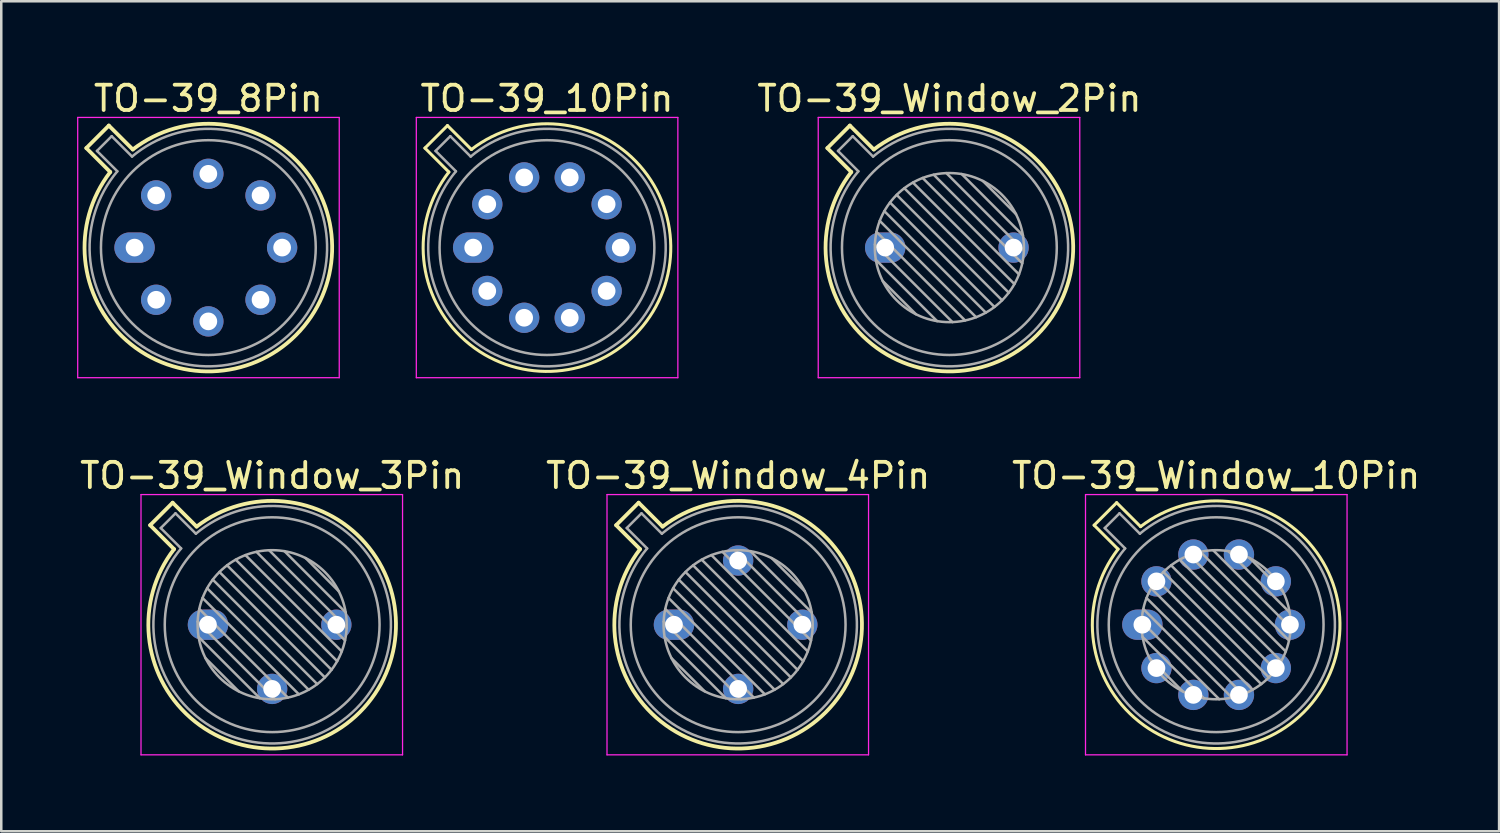
<source format=kicad_pcb>
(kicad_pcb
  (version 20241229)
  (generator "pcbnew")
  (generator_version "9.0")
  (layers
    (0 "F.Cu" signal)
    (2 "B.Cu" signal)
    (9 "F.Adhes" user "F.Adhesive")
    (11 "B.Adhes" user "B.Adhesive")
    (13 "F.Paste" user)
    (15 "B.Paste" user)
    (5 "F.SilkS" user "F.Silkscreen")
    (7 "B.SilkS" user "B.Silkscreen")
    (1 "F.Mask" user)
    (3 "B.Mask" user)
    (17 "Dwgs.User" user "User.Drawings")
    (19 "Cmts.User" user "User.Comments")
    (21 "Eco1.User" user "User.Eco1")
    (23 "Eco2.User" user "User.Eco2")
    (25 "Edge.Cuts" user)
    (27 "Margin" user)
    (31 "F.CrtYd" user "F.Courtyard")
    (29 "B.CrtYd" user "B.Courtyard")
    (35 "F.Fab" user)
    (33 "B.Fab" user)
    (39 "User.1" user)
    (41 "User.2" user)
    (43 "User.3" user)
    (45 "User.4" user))
  (footprint "TO-39_10Pin"
    (layer "F.Cu")
    (at 15.675 6.748)
    (property "Reference" "TO-39_10Pin" (at 2.92 -5.9 0) (layer "F.SilkS") (effects (font (size 1 1) (thickness 0.15))))
    (attr through_hole)
    (fp_line (start -1.909 -3.938) (end -0.962 -2.991) (stroke (width 0.12) (type solid)) (layer "F.SilkS"))
    (fp_line (start -1.018 -4.829) (end -1.909 -3.938) (stroke (width 0.12) (type solid)) (layer "F.SilkS"))
    (fp_line (start -0.071 -3.882) (end -1.018 -4.829) (stroke (width 0.12) (type solid)) (layer "F.SilkS"))
    (fp_arc (start -0.070589 -3.881543) (mid 6.384823 3.464823) (end -0.961543 -2.990588) (stroke (width 0.12) (type solid)) (layer "F.SilkS"))
    (fp_line (start -2.25 -5.15) (end -2.25 5.15) (stroke (width 0.05) (type solid)) (layer "F.CrtYd"))
    (fp_line (start -2.25 5.15) (end 8.1 5.15) (stroke (width 0.05) (type solid)) (layer "F.CrtYd"))
    (fp_line (start 8.1 -5.15) (end -2.25 -5.15) (stroke (width 0.05) (type solid)) (layer "F.CrtYd"))
    (fp_line (start 8.1 5.15) (end 8.1 -5.15) (stroke (width 0.05) (type solid)) (layer "F.CrtYd"))
    (fp_line (start -1.488 -3.825) (end -0.682 -3.019) (stroke (width 0.1) (type solid)) (layer "F.Fab"))
    (fp_line (start -0.905 -4.408) (end -1.488 -3.825) (stroke (width 0.1) (type solid)) (layer "F.Fab"))
    (fp_line (start -0.099 -3.602) (end -0.905 -4.408) (stroke (width 0.1) (type solid)) (layer "F.Fab"))
    (fp_arc (start -0.098935 -3.602226) (mid 6.243402 3.323402) (end -0.682226 -3.018935) (stroke (width 0.1) (type solid)) (layer "F.Fab"))
    (fp_circle (center 2.92 0) (end 7.17 0) (stroke (width 0.1) (type solid)) (fill no) (layer "F.Fab"))
    (pad "1" thru_hole oval (at 0 0) (size 1.6 1.2) (drill 0.7) (layers "*.Cu" "*.Mask"))
    (pad "2" thru_hole oval (at 0.558 1.716) (size 1.2 1.2) (drill 0.7) (layers "*.Cu" "*.Mask"))
    (pad "3" thru_hole oval (at 2.018 2.777) (size 1.2 1.2) (drill 0.7) (layers "*.Cu" "*.Mask"))
    (pad "4" thru_hole oval (at 3.822 2.777) (size 1.2 1.2) (drill 0.7) (layers "*.Cu" "*.Mask"))
    (pad "5" thru_hole oval (at 5.282 1.716) (size 1.2 1.2) (drill 0.7) (layers "*.Cu" "*.Mask"))
    (pad "6" thru_hole oval (at 5.84 0) (size 1.2 1.2) (drill 0.7) (layers "*.Cu" "*.Mask"))
    (pad "7" thru_hole oval (at 5.282 -1.716) (size 1.2 1.2) (drill 0.7) (layers "*.Cu" "*.Mask"))
    (pad "8" thru_hole oval (at 3.822 -2.777) (size 1.2 1.2) (drill 0.7) (layers "*.Cu" "*.Mask"))
    (pad "9" thru_hole oval (at 2.018 -2.777) (size 1.2 1.2) (drill 0.7) (layers "*.Cu" "*.Mask"))
    (pad "10" thru_hole oval (at 0.558 -1.716) (size 1.2 1.2) (drill 0.7) (layers "*.Cu" "*.Mask")))
  (footprint "TO-39_Window_3Pin"
    (layer "F.Cu")
    (at 5.18 21.672)
    (property "Reference" "TO-39_Window_3Pin" (at 2.54 -5.9 0) (layer "F.SilkS") (effects (font (size 1 1) (thickness 0.15))))
    (attr through_hole)
    (fp_line (start -2.289 -3.938) (end -1.342 -2.991) (stroke (width 0.15) (type solid)) (layer "F.SilkS"))
    (fp_line (start -1.398 -4.829) (end -2.289 -3.938) (stroke (width 0.15) (type solid)) (layer "F.SilkS"))
    (fp_line (start -0.451 -3.882) (end -1.398 -4.829) (stroke (width 0.15) (type solid)) (layer "F.SilkS"))
    (fp_arc (start -0.450589 -3.881543) (mid 6.004823 3.464823) (end -1.341543 -2.990588) (stroke (width 0.15) (type solid)) (layer "F.SilkS"))
    (fp_line (start -2.65 -5.15) (end -2.65 5.15) (stroke (width 0.05) (type solid)) (layer "F.CrtYd"))
    (fp_line (start -2.65 5.15) (end 7.7 5.15) (stroke (width 0.05) (type solid)) (layer "F.CrtYd"))
    (fp_line (start 7.7 -5.15) (end -2.65 -5.15) (stroke (width 0.05) (type solid)) (layer "F.CrtYd"))
    (fp_line (start 7.7 5.15) (end 7.7 -5.15) (stroke (width 0.05) (type solid)) (layer "F.CrtYd"))
    (fp_line (start -1.868 -3.825) (end -1.062 -3.019) (stroke (width 0.1) (type solid)) (layer "F.Fab"))
    (fp_line (start -1.285 -4.408) (end -1.868 -3.825) (stroke (width 0.1) (type solid)) (layer "F.Fab"))
    (fp_line (start -0.479 -3.602) (end -1.285 -4.408) (stroke (width 0.1) (type solid)) (layer "F.Fab"))
    (fp_line (start -0.408 -0.12) (end 2.66 2.948) (stroke (width 0.1) (type solid)) (layer "F.Fab"))
    (fp_line (start -0.371 0.485) (end 2.055 2.911) (stroke (width 0.1) (type solid)) (layer "F.Fab"))
    (fp_line (start -0.344 -0.622) (end 3.162 2.884) (stroke (width 0.1) (type solid)) (layer "F.Fab"))
    (fp_line (start -0.215 -1.058) (end 3.598 2.755) (stroke (width 0.1) (type solid)) (layer "F.Fab"))
    (fp_line (start -0.097 1.324) (end 1.216 2.637) (stroke (width 0.1) (type solid)) (layer "F.Fab"))
    (fp_line (start -0.034 -1.443) (end 3.983 2.574) (stroke (width 0.1) (type solid)) (layer "F.Fab"))
    (fp_line (start 0.19 -1.784) (end 4.324 2.35) (stroke (width 0.1) (type solid)) (layer "F.Fab"))
    (fp_line (start 0.454 -2.086) (end 4.626 2.086) (stroke (width 0.1) (type solid)) (layer "F.Fab"))
    (fp_line (start 0.756 -2.35) (end 4.89 1.784) (stroke (width 0.1) (type solid)) (layer "F.Fab"))
    (fp_line (start 1.097 -2.574) (end 5.114 1.443) (stroke (width 0.1) (type solid)) (layer "F.Fab"))
    (fp_line (start 1.482 -2.755) (end 5.295 1.058) (stroke (width 0.1) (type solid)) (layer "F.Fab"))
    (fp_line (start 1.918 -2.884) (end 5.424 0.622) (stroke (width 0.1) (type solid)) (layer "F.Fab"))
    (fp_line (start 2.42 -2.948) (end 5.488 0.12) (stroke (width 0.1) (type solid)) (layer "F.Fab"))
    (fp_line (start 3.025 -2.911) (end 5.451 -0.485) (stroke (width 0.1) (type solid)) (layer "F.Fab"))
    (fp_line (start 3.864 -2.637) (end 5.177 -1.324) (stroke (width 0.1) (type solid)) (layer "F.Fab"))
    (fp_arc (start -0.478935 -3.602226) (mid 5.863402 3.323402) (end -1.062226 -3.018935) (stroke (width 0.1) (type solid)) (layer "F.Fab"))
    (fp_circle (center 2.54 0) (end 5.49 0) (stroke (width 0.1) (type solid)) (fill no) (layer "F.Fab"))
    (fp_circle (center 2.54 0) (end 6.79 0) (stroke (width 0.1) (type solid)) (fill no) (layer "F.Fab"))
    (pad "1" thru_hole oval (at 0 0) (size 1.6 1.2) (drill 0.7) (layers "*.Cu" "*.Mask"))
    (pad "2" thru_hole oval (at 2.54 2.54) (size 1.2 1.2) (drill 0.7) (layers "*.Cu" "*.Mask"))
    (pad "3" thru_hole oval (at 5.08 0) (size 1.2 1.2) (drill 0.7) (layers "*.Cu" "*.Mask")))
  (footprint "TO-39_8Pin"
    (layer "F.Cu")
    (at 2.275 6.748)
    (property "Reference" "TO-39_8Pin" (at 2.92 -5.9 0) (layer "F.SilkS") (effects (font (size 1 1) (thickness 0.15))))
    (attr through_hole)
    (fp_line (start -1.909 -3.938) (end -0.962 -2.991) (stroke (width 0.15) (type solid)) (layer "F.SilkS"))
    (fp_line (start -1.018 -4.829) (end -1.909 -3.938) (stroke (width 0.15) (type solid)) (layer "F.SilkS"))
    (fp_line (start -0.071 -3.882) (end -1.018 -4.829) (stroke (width 0.15) (type solid)) (layer "F.SilkS"))
    (fp_arc (start -0.070589 -3.881543) (mid 6.384823 3.464823) (end -0.961543 -2.990588) (stroke (width 0.15) (type solid)) (layer "F.SilkS"))
    (fp_line (start -2.25 -5.15) (end -2.25 5.15) (stroke (width 0.05) (type solid)) (layer "F.CrtYd"))
    (fp_line (start -2.25 5.15) (end 8.1 5.15) (stroke (width 0.05) (type solid)) (layer "F.CrtYd"))
    (fp_line (start 8.1 -5.15) (end -2.25 -5.15) (stroke (width 0.05) (type solid)) (layer "F.CrtYd"))
    (fp_line (start 8.1 5.15) (end 8.1 -5.15) (stroke (width 0.05) (type solid)) (layer "F.CrtYd"))
    (fp_line (start -1.488 -3.825) (end -0.682 -3.019) (stroke (width 0.1) (type solid)) (layer "F.Fab"))
    (fp_line (start -0.905 -4.408) (end -1.488 -3.825) (stroke (width 0.1) (type solid)) (layer "F.Fab"))
    (fp_line (start -0.099 -3.602) (end -0.905 -4.408) (stroke (width 0.1) (type solid)) (layer "F.Fab"))
    (fp_arc (start -0.098935 -3.602226) (mid 6.243402 3.323402) (end -0.682226 -3.018935) (stroke (width 0.1) (type solid)) (layer "F.Fab"))
    (fp_circle (center 2.92 0) (end 7.17 0) (stroke (width 0.1) (type solid)) (fill no) (layer "F.Fab"))
    (pad "1" thru_hole oval (at 0 0) (size 1.6 1.2) (drill 0.7) (layers "*.Cu" "*.Mask"))
    (pad "2" thru_hole oval (at 0.855 2.065) (size 1.2 1.2) (drill 0.7) (layers "*.Cu" "*.Mask"))
    (pad "3" thru_hole oval (at 2.92 2.92) (size 1.2 1.2) (drill 0.7) (layers "*.Cu" "*.Mask"))
    (pad "4" thru_hole oval (at 4.985 2.065) (size 1.2 1.2) (drill 0.7) (layers "*.Cu" "*.Mask"))
    (pad "5" thru_hole oval (at 5.84 0) (size 1.2 1.2) (drill 0.7) (layers "*.Cu" "*.Mask"))
    (pad "6" thru_hole oval (at 4.985 -2.065) (size 1.2 1.2) (drill 0.7) (layers "*.Cu" "*.Mask"))
    (pad "7" thru_hole oval (at 2.92 -2.92) (size 1.2 1.2) (drill 0.7) (layers "*.Cu" "*.Mask"))
    (pad "8" thru_hole oval (at 0.855 -2.065) (size 1.2 1.2) (drill 0.7) (layers "*.Cu" "*.Mask")))
  (footprint "TO-39_Window_2Pin"
    (layer "F.Cu")
    (at 31.98 6.748)
    (property "Reference" "TO-39_Window_2Pin" (at 2.54 -5.9 0) (layer "F.SilkS") (effects (font (size 1 1) (thickness 0.15))))
    (attr through_hole)
    (fp_line (start -2.289 -3.938) (end -1.342 -2.991) (stroke (width 0.15) (type solid)) (layer "F.SilkS"))
    (fp_line (start -1.398 -4.829) (end -2.289 -3.938) (stroke (width 0.15) (type solid)) (layer "F.SilkS"))
    (fp_line (start -0.451 -3.882) (end -1.398 -4.829) (stroke (width 0.15) (type solid)) (layer "F.SilkS"))
    (fp_arc (start -0.450589 -3.881543) (mid 6.004823 3.464823) (end -1.341543 -2.990588) (stroke (width 0.15) (type solid)) (layer "F.SilkS"))
    (fp_line (start -2.65 -5.15) (end -2.65 5.15) (stroke (width 0.05) (type solid)) (layer "F.CrtYd"))
    (fp_line (start -2.65 5.15) (end 7.7 5.15) (stroke (width 0.05) (type solid)) (layer "F.CrtYd"))
    (fp_line (start 7.7 -5.15) (end -2.65 -5.15) (stroke (width 0.05) (type solid)) (layer "F.CrtYd"))
    (fp_line (start 7.7 5.15) (end 7.7 -5.15) (stroke (width 0.05) (type solid)) (layer "F.CrtYd"))
    (fp_line (start -1.868 -3.825) (end -1.062 -3.019) (stroke (width 0.1) (type solid)) (layer "F.Fab"))
    (fp_line (start -1.285 -4.408) (end -1.868 -3.825) (stroke (width 0.1) (type solid)) (layer "F.Fab"))
    (fp_line (start -0.479 -3.602) (end -1.285 -4.408) (stroke (width 0.1) (type solid)) (layer "F.Fab"))
    (fp_line (start -0.408 -0.12) (end 2.66 2.948) (stroke (width 0.1) (type solid)) (layer "F.Fab"))
    (fp_line (start -0.371 0.485) (end 2.055 2.911) (stroke (width 0.1) (type solid)) (layer "F.Fab"))
    (fp_line (start -0.344 -0.622) (end 3.162 2.884) (stroke (width 0.1) (type solid)) (layer "F.Fab"))
    (fp_line (start -0.215 -1.058) (end 3.598 2.755) (stroke (width 0.1) (type solid)) (layer "F.Fab"))
    (fp_line (start -0.097 1.324) (end 1.216 2.637) (stroke (width 0.1) (type solid)) (layer "F.Fab"))
    (fp_line (start -0.034 -1.443) (end 3.983 2.574) (stroke (width 0.1) (type solid)) (layer "F.Fab"))
    (fp_line (start 0.19 -1.784) (end 4.324 2.35) (stroke (width 0.1) (type solid)) (layer "F.Fab"))
    (fp_line (start 0.454 -2.086) (end 4.626 2.086) (stroke (width 0.1) (type solid)) (layer "F.Fab"))
    (fp_line (start 0.756 -2.35) (end 4.89 1.784) (stroke (width 0.1) (type solid)) (layer "F.Fab"))
    (fp_line (start 1.097 -2.574) (end 5.114 1.443) (stroke (width 0.1) (type solid)) (layer "F.Fab"))
    (fp_line (start 1.482 -2.755) (end 5.295 1.058) (stroke (width 0.1) (type solid)) (layer "F.Fab"))
    (fp_line (start 1.918 -2.884) (end 5.424 0.622) (stroke (width 0.1) (type solid)) (layer "F.Fab"))
    (fp_line (start 2.42 -2.948) (end 5.488 0.12) (stroke (width 0.1) (type solid)) (layer "F.Fab"))
    (fp_line (start 3.025 -2.911) (end 5.451 -0.485) (stroke (width 0.1) (type solid)) (layer "F.Fab"))
    (fp_line (start 3.864 -2.637) (end 5.177 -1.324) (stroke (width 0.1) (type solid)) (layer "F.Fab"))
    (fp_arc (start -0.478935 -3.602226) (mid 5.863402 3.323402) (end -1.062226 -3.018935) (stroke (width 0.1) (type solid)) (layer "F.Fab"))
    (fp_circle (center 2.54 0) (end 5.49 0) (stroke (width 0.1) (type solid)) (fill no) (layer "F.Fab"))
    (fp_circle (center 2.54 0) (end 6.79 0) (stroke (width 0.1) (type solid)) (fill no) (layer "F.Fab"))
    (pad "1" thru_hole oval (at 0 0) (size 1.6 1.2) (drill 0.7) (layers "*.Cu" "*.Mask"))
    (pad "2" thru_hole oval (at 5.08 0) (size 1.2 1.2) (drill 0.7) (layers "*.Cu" "*.Mask")))
  (footprint "TO-39_Window_10Pin"
    (layer "F.Cu")
    (at 42.157 21.672)
    (property "Reference" "TO-39_Window_10Pin" (at 2.92 -5.9 0) (layer "F.SilkS") (effects (font (size 1 1) (thickness 0.15))))
    (attr through_hole)
    (fp_line (start -1.909 -3.938) (end -0.962 -2.991) (stroke (width 0.12) (type solid)) (layer "F.SilkS"))
    (fp_line (start -1.018 -4.829) (end -1.909 -3.938) (stroke (width 0.12) (type solid)) (layer "F.SilkS"))
    (fp_line (start -0.071 -3.882) (end -1.018 -4.829) (stroke (width 0.12) (type solid)) (layer "F.SilkS"))
    (fp_arc (start -0.070589 -3.881543) (mid 6.384823 3.464823) (end -0.961543 -2.990588) (stroke (width 0.12) (type solid)) (layer "F.SilkS"))
    (fp_line (start -2.25 -5.15) (end -2.25 5.15) (stroke (width 0.05) (type solid)) (layer "F.CrtYd"))
    (fp_line (start -2.25 5.15) (end 8.1 5.15) (stroke (width 0.05) (type solid)) (layer "F.CrtYd"))
    (fp_line (start 8.1 -5.15) (end -2.25 -5.15) (stroke (width 0.05) (type solid)) (layer "F.CrtYd"))
    (fp_line (start 8.1 5.15) (end 8.1 -5.15) (stroke (width 0.05) (type solid)) (layer "F.CrtYd"))
    (fp_line (start -1.488 -3.825) (end -0.682 -3.019) (stroke (width 0.1) (type solid)) (layer "F.Fab"))
    (fp_line (start -0.905 -4.408) (end -1.488 -3.825) (stroke (width 0.1) (type solid)) (layer "F.Fab"))
    (fp_line (start -0.099 -3.602) (end -0.905 -4.408) (stroke (width 0.1) (type solid)) (layer "F.Fab"))
    (fp_line (start -0.028 -0.12) (end 3.04 2.948) (stroke (width 0.1) (type solid)) (layer "F.Fab"))
    (fp_line (start 0.009 0.485) (end 2.435 2.911) (stroke (width 0.1) (type solid)) (layer "F.Fab"))
    (fp_line (start 0.036 -0.622) (end 3.542 2.884) (stroke (width 0.1) (type solid)) (layer "F.Fab"))
    (fp_line (start 0.165 -1.058) (end 3.978 2.755) (stroke (width 0.1) (type solid)) (layer "F.Fab"))
    (fp_line (start 0.283 1.324) (end 1.596 2.637) (stroke (width 0.1) (type solid)) (layer "F.Fab"))
    (fp_line (start 0.346 -1.443) (end 4.363 2.574) (stroke (width 0.1) (type solid)) (layer "F.Fab"))
    (fp_line (start 0.57 -1.784) (end 4.704 2.35) (stroke (width 0.1) (type solid)) (layer "F.Fab"))
    (fp_line (start 0.834 -2.086) (end 5.006 2.086) (stroke (width 0.1) (type solid)) (layer "F.Fab"))
    (fp_line (start 1.136 -2.35) (end 5.27 1.784) (stroke (width 0.1) (type solid)) (layer "F.Fab"))
    (fp_line (start 1.477 -2.574) (end 5.494 1.443) (stroke (width 0.1) (type solid)) (layer "F.Fab"))
    (fp_line (start 1.862 -2.755) (end 5.675 1.058) (stroke (width 0.1) (type solid)) (layer "F.Fab"))
    (fp_line (start 2.298 -2.884) (end 5.804 0.622) (stroke (width 0.1) (type solid)) (layer "F.Fab"))
    (fp_line (start 2.8 -2.948) (end 5.868 0.12) (stroke (width 0.1) (type solid)) (layer "F.Fab"))
    (fp_line (start 3.405 -2.911) (end 5.831 -0.485) (stroke (width 0.1) (type solid)) (layer "F.Fab"))
    (fp_line (start 4.244 -2.637) (end 5.557 -1.324) (stroke (width 0.1) (type solid)) (layer "F.Fab"))
    (fp_arc (start -0.098935 -3.602226) (mid 6.243402 3.323402) (end -0.682226 -3.018935) (stroke (width 0.1) (type solid)) (layer "F.Fab"))
    (fp_circle (center 2.92 0) (end 5.87 0) (stroke (width 0.1) (type solid)) (fill no) (layer "F.Fab"))
    (fp_circle (center 2.92 0) (end 7.17 0) (stroke (width 0.1) (type solid)) (fill no) (layer "F.Fab"))
    (pad "1" thru_hole oval (at 0 0) (size 1.6 1.2) (drill 0.7) (layers "*.Cu" "*.Mask"))
    (pad "2" thru_hole oval (at 0.558 1.716) (size 1.2 1.2) (drill 0.7) (layers "*.Cu" "*.Mask"))
    (pad "3" thru_hole oval (at 2.018 2.777) (size 1.2 1.2) (drill 0.7) (layers "*.Cu" "*.Mask"))
    (pad "4" thru_hole oval (at 3.822 2.777) (size 1.2 1.2) (drill 0.7) (layers "*.Cu" "*.Mask"))
    (pad "5" thru_hole oval (at 5.282 1.716) (size 1.2 1.2) (drill 0.7) (layers "*.Cu" "*.Mask"))
    (pad "6" thru_hole oval (at 5.84 0) (size 1.2 1.2) (drill 0.7) (layers "*.Cu" "*.Mask"))
    (pad "7" thru_hole oval (at 5.282 -1.716) (size 1.2 1.2) (drill 0.7) (layers "*.Cu" "*.Mask"))
    (pad "8" thru_hole oval (at 3.822 -2.777) (size 1.2 1.2) (drill 0.7) (layers "*.Cu" "*.Mask"))
    (pad "9" thru_hole oval (at 2.018 -2.777) (size 1.2 1.2) (drill 0.7) (layers "*.Cu" "*.Mask"))
    (pad "10" thru_hole oval (at 0.558 -1.716) (size 1.2 1.2) (drill 0.7) (layers "*.Cu" "*.Mask")))
  (footprint "TO-39_Window_4Pin"
    (layer "F.Cu")
    (at 23.621 21.672)
    (property "Reference" "TO-39_Window_4Pin" (at 2.54 -5.9 0) (layer "F.SilkS") (effects (font (size 1 1) (thickness 0.15))))
    (attr through_hole)
    (fp_line (start -2.289 -3.938) (end -1.342 -2.991) (stroke (width 0.15) (type solid)) (layer "F.SilkS"))
    (fp_line (start -1.398 -4.829) (end -2.289 -3.938) (stroke (width 0.15) (type solid)) (layer "F.SilkS"))
    (fp_line (start -0.451 -3.882) (end -1.398 -4.829) (stroke (width 0.15) (type solid)) (layer "F.SilkS"))
    (fp_arc (start -0.450589 -3.881543) (mid 6.004823 3.464823) (end -1.341543 -2.990588) (stroke (width 0.15) (type solid)) (layer "F.SilkS"))
    (fp_line (start -2.65 -5.15) (end -2.65 5.15) (stroke (width 0.05) (type solid)) (layer "F.CrtYd"))
    (fp_line (start -2.65 5.15) (end 7.7 5.15) (stroke (width 0.05) (type solid)) (layer "F.CrtYd"))
    (fp_line (start 7.7 -5.15) (end -2.65 -5.15) (stroke (width 0.05) (type solid)) (layer "F.CrtYd"))
    (fp_line (start 7.7 5.15) (end 7.7 -5.15) (stroke (width 0.05) (type solid)) (layer "F.CrtYd"))
    (fp_line (start -1.868 -3.825) (end -1.062 -3.019) (stroke (width 0.1) (type solid)) (layer "F.Fab"))
    (fp_line (start -1.285 -4.408) (end -1.868 -3.825) (stroke (width 0.1) (type solid)) (layer "F.Fab"))
    (fp_line (start -0.479 -3.602) (end -1.285 -4.408) (stroke (width 0.1) (type solid)) (layer "F.Fab"))
    (fp_line (start -0.408 -0.12) (end 2.66 2.948) (stroke (width 0.1) (type solid)) (layer "F.Fab"))
    (fp_line (start -0.371 0.485) (end 2.055 2.911) (stroke (width 0.1) (type solid)) (layer "F.Fab"))
    (fp_line (start -0.344 -0.622) (end 3.162 2.884) (stroke (width 0.1) (type solid)) (layer "F.Fab"))
    (fp_line (start -0.215 -1.058) (end 3.598 2.755) (stroke (width 0.1) (type solid)) (layer "F.Fab"))
    (fp_line (start -0.097 1.324) (end 1.216 2.637) (stroke (width 0.1) (type solid)) (layer "F.Fab"))
    (fp_line (start -0.034 -1.443) (end 3.983 2.574) (stroke (width 0.1) (type solid)) (layer "F.Fab"))
    (fp_line (start 0.19 -1.784) (end 4.324 2.35) (stroke (width 0.1) (type solid)) (layer "F.Fab"))
    (fp_line (start 0.454 -2.086) (end 4.626 2.086) (stroke (width 0.1) (type solid)) (layer "F.Fab"))
    (fp_line (start 0.756 -2.35) (end 4.89 1.784) (stroke (width 0.1) (type solid)) (layer "F.Fab"))
    (fp_line (start 1.097 -2.574) (end 5.114 1.443) (stroke (width 0.1) (type solid)) (layer "F.Fab"))
    (fp_line (start 1.482 -2.755) (end 5.295 1.058) (stroke (width 0.1) (type solid)) (layer "F.Fab"))
    (fp_line (start 1.918 -2.884) (end 5.424 0.622) (stroke (width 0.1) (type solid)) (layer "F.Fab"))
    (fp_line (start 2.42 -2.948) (end 5.488 0.12) (stroke (width 0.1) (type solid)) (layer "F.Fab"))
    (fp_line (start 3.025 -2.911) (end 5.451 -0.485) (stroke (width 0.1) (type solid)) (layer "F.Fab"))
    (fp_line (start 3.864 -2.637) (end 5.177 -1.324) (stroke (width 0.1) (type solid)) (layer "F.Fab"))
    (fp_arc (start -0.478935 -3.602226) (mid 5.863402 3.323402) (end -1.062226 -3.018935) (stroke (width 0.1) (type solid)) (layer "F.Fab"))
    (fp_circle (center 2.54 0) (end 5.49 0) (stroke (width 0.1) (type solid)) (fill no) (layer "F.Fab"))
    (fp_circle (center 2.54 0) (end 6.79 0) (stroke (width 0.1) (type solid)) (fill no) (layer "F.Fab"))
    (pad "1" thru_hole oval (at 0 0) (size 1.6 1.2) (drill 0.7) (layers "*.Cu" "*.Mask"))
    (pad "2" thru_hole oval (at 2.54 2.54) (size 1.2 1.2) (drill 0.7) (layers "*.Cu" "*.Mask"))
    (pad "3" thru_hole oval (at 5.08 0) (size 1.2 1.2) (drill 0.7) (layers "*.Cu" "*.Mask"))
    (pad "4" thru_hole oval (at 2.54 -2.54) (size 1.2 1.2) (drill 0.7) (layers "*.Cu" "*.Mask")))
  (gr_rect
    (start -3 -3)
    (end 56.274 29.846)
    (stroke (width 0.1) (type default))
    (fill no)
    (layer "Edge.Cuts")))
</source>
